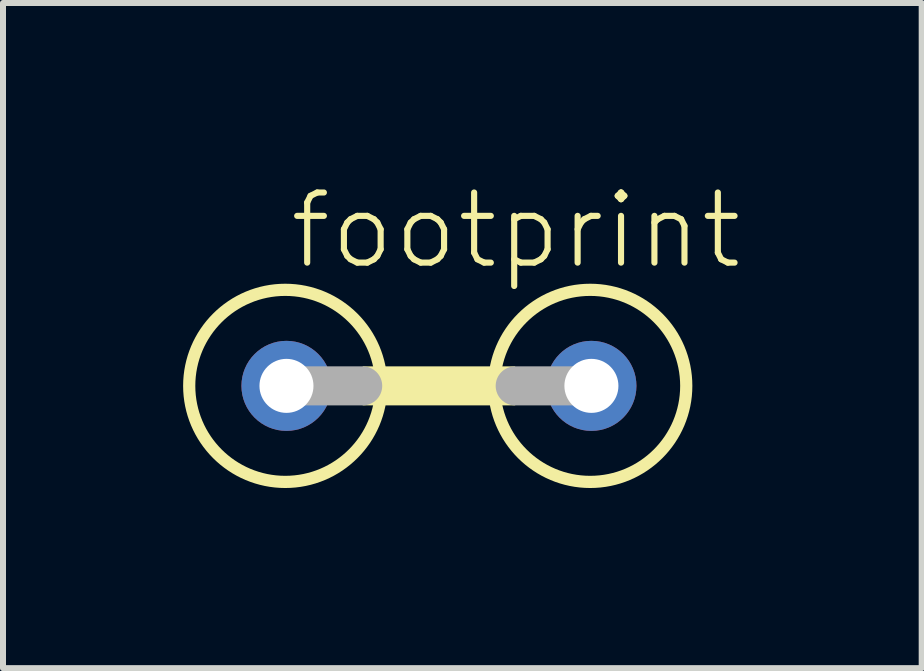
<source format=kicad_pcb>
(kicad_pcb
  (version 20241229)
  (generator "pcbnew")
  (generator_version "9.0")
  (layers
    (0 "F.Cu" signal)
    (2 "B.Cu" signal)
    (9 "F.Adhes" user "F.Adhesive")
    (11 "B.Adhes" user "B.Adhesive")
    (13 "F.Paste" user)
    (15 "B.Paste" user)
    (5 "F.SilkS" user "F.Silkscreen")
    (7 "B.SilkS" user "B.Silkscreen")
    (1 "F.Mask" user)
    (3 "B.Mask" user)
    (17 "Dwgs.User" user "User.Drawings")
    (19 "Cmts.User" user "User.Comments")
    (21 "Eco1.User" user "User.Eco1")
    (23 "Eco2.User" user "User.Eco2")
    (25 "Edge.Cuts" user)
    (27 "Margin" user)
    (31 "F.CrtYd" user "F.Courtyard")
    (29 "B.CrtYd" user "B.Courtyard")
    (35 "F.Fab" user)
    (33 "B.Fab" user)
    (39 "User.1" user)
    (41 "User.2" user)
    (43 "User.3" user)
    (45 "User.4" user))
  (footprint "footprint"
    (layer "F.Cu")
    (at 4.262 3.378)
    (property "Reference" "footprint" (at -2.54 -1.905 0) (layer "F.SilkS") (effects (font (size 1.168 1.168) (thickness 0.102)) (justify left bottom)))
    (fp_circle (center -2.56 0) (end -0.96 0) (stroke (width 0.203) (type solid)) (fill no) (layer "F.SilkS"))
    (fp_circle (center 2.52 0) (end 4.12 0) (stroke (width 0.203) (type solid)) (fill no) (layer "F.SilkS"))
    (fp_poly (pts (xy -1.27 0.325) (xy 1.27 0.325) (xy 1.27 -0.325) (xy -1.27 -0.325)) (stroke (width 0) (type solid)) (fill yes) (layer "F.SilkS"))
    (fp_line (start -2.54 0) (end -1.27 0) (stroke (width 0.65) (type solid)) (layer "F.Fab"))
    (fp_line (start 2.54 0) (end 1.27 0) (stroke (width 0.65) (type solid)) (layer "F.Fab"))
    (pad "1" thru_hole circle (at -2.54 0) (size 1.5 1.5) (drill 0.9) (layers "*.Cu" "*.Mask"))
    (pad "2" thru_hole circle (at 2.54 0) (size 1.5 1.5) (drill 0.9) (layers "*.Cu" "*.Mask")))
  (gr_rect
    (start -3 -3)
    (end 12.304 8.08)
    (stroke (width 0.1) (type default))
    (fill no)
    (layer "Edge.Cuts")))
</source>
